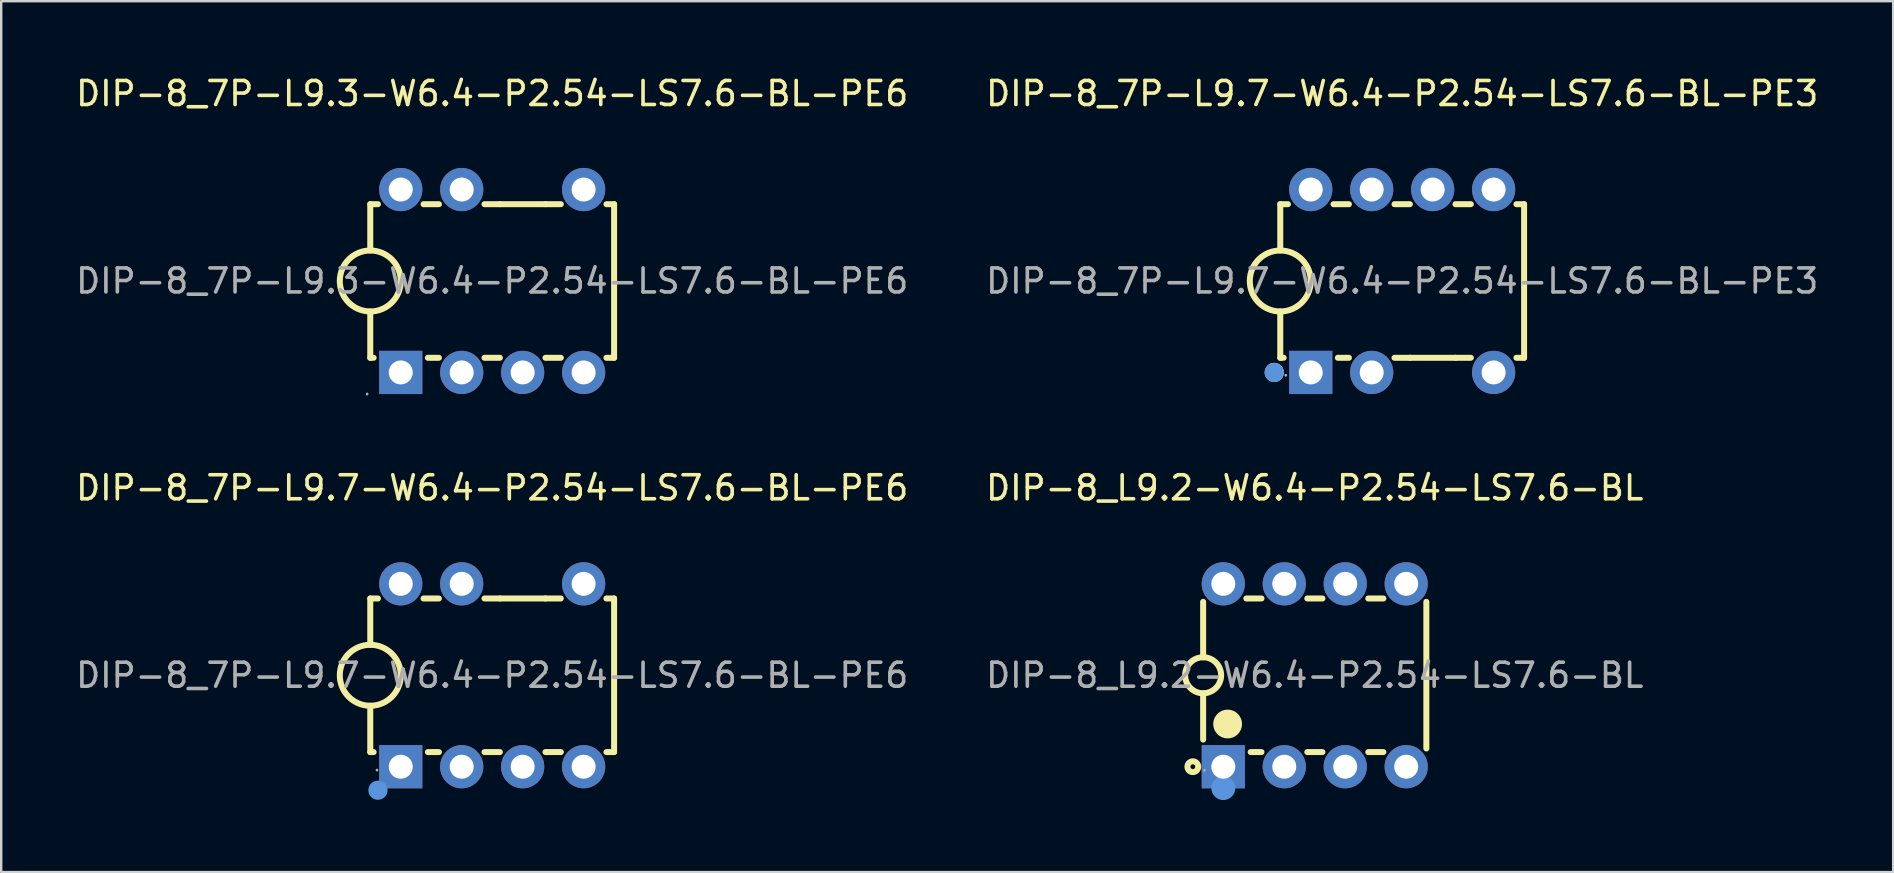
<source format=kicad_pcb>
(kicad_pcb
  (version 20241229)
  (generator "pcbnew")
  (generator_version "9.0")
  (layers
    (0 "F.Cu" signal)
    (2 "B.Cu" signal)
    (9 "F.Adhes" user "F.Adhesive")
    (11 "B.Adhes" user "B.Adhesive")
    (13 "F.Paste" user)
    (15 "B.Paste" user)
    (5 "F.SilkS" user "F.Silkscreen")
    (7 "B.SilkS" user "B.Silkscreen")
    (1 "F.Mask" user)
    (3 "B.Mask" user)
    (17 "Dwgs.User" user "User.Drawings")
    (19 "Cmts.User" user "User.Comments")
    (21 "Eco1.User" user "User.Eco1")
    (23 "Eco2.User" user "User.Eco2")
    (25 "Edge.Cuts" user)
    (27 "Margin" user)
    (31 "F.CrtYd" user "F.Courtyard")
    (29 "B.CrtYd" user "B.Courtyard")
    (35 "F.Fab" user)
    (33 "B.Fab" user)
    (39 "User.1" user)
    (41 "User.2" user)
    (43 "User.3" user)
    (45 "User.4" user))
  (footprint "DIP-8_7P-L9.7-W6.4-P2.54-LS7.6-BL-PE6"
    (layer "F.Cu")
    (at 17.458 25.087)
    (property "Reference" "DIP-8_7P-L9.7-W6.4-P2.54-LS7.6-BL-PE6" (at 0 -7.81 0) (layer "F.SilkS") (effects (font (size 1 1) (thickness 0.15))))
    (attr through_hole)
    (fp_line (start -5.08 -3.2) (end -4.76 -3.2) (stroke (width 0.25) (type solid)) (layer "F.SilkS"))
    (fp_line (start -5.08 -1.27) (end -5.08 -3.2) (stroke (width 0.25) (type solid)) (layer "F.SilkS"))
    (fp_line (start -5.08 3.2) (end -5.08 1.27) (stroke (width 0.25) (type solid)) (layer "F.SilkS"))
    (fp_line (start -5.08 3.2) (end -4.94 3.2) (stroke (width 0.25) (type solid)) (layer "F.SilkS"))
    (fp_line (start -2.86 -3.2) (end -2.22 -3.2) (stroke (width 0.25) (type solid)) (layer "F.SilkS"))
    (fp_line (start -2.68 3.2) (end -2.22 3.2) (stroke (width 0.25) (type solid)) (layer "F.SilkS"))
    (fp_line (start -0.32 -3.2) (end 0.32 -3.2) (stroke (width 0.25) (type solid)) (layer "F.SilkS"))
    (fp_line (start -0.32 3.2) (end 0.32 3.2) (stroke (width 0.25) (type solid)) (layer "F.SilkS"))
    (fp_line (start 0.32 -3.2) (end 2.22 -3.2) (stroke (width 0.25) (type solid)) (layer "F.SilkS"))
    (fp_line (start 2.22 -3.2) (end 2.86 -3.2) (stroke (width 0.25) (type solid)) (layer "F.SilkS"))
    (fp_line (start 2.22 3.2) (end 2.86 3.2) (stroke (width 0.25) (type solid)) (layer "F.SilkS"))
    (fp_line (start 4.76 -3.2) (end 5.08 -3.2) (stroke (width 0.25) (type solid)) (layer "F.SilkS"))
    (fp_line (start 4.76 3.2) (end 5.08 3.2) (stroke (width 0.25) (type solid)) (layer "F.SilkS"))
    (fp_line (start 5.08 3.2) (end 5.08 -3.2) (stroke (width 0.25) (type solid)) (layer "F.SilkS"))
    (fp_arc (start -5.102165 1.269807) (mid -5.068917 -1.269952) (end -5.08 1.27) (stroke (width 0.25) (type solid)) (layer "F.SilkS"))
    (fp_circle (center -4.76 4.79) (end -4.56 4.79) (stroke (width 0.4) (type solid)) (fill no) (layer "Cmts.User"))
    (fp_circle (center -4.8 3.95) (end -4.77 3.95) (stroke (width 0.06) (type solid)) (fill no) (layer "F.Fab"))
    (fp_text user "${REFERENCE}" (at 0 0 0) (layer "F.Fab") (effects (font (size 1 1) (thickness 0.15))))
    (pad "1" thru_hole rect (at -3.81 3.81) (size 1.8 1.8) (drill 1) (layers "*.Cu" "*.Paste" "*.Mask"))
    (pad "2" thru_hole circle (at -1.27 3.81) (size 1.8 1.8) (drill 1) (layers "*.Cu" "*.Paste" "*.Mask"))
    (pad "3" thru_hole circle (at 1.27 3.81) (size 1.8 1.8) (drill 1) (layers "*.Cu" "*.Paste" "*.Mask"))
    (pad "4" thru_hole circle (at 3.81 3.81) (size 1.8 1.8) (drill 1) (layers "*.Cu" "*.Paste" "*.Mask"))
    (pad "5" thru_hole circle (at 3.81 -3.81) (size 1.8 1.8) (drill 1) (layers "*.Cu" "*.Paste" "*.Mask"))
    (pad "7" thru_hole circle (at -1.27 -3.81) (size 1.8 1.8) (drill 1) (layers "*.Cu" "*.Paste" "*.Mask"))
    (pad "8" thru_hole circle (at -3.81 -3.81) (size 1.8 1.8) (drill 1) (layers "*.Cu" "*.Paste" "*.Mask")))
  (footprint "DIP-8_7P-L9.7-W6.4-P2.54-LS7.6-BL-PE3"
    (layer "F.Cu")
    (at 55.375 8.658)
    (property "Reference" "DIP-8_7P-L9.7-W6.4-P2.54-LS7.6-BL-PE3" (at 0 -7.81 0) (layer "F.SilkS") (effects (font (size 1 1) (thickness 0.15))))
    (attr through_hole)
    (fp_line (start -5.08 -3.2) (end -4.76 -3.2) (stroke (width 0.25) (type solid)) (layer "F.SilkS"))
    (fp_line (start -5.08 -1.27) (end -5.08 -3.2) (stroke (width 0.25) (type solid)) (layer "F.SilkS"))
    (fp_line (start -5.08 3.2) (end -5.08 1.27) (stroke (width 0.25) (type solid)) (layer "F.SilkS"))
    (fp_line (start -5.08 3.2) (end -4.94 3.2) (stroke (width 0.25) (type solid)) (layer "F.SilkS"))
    (fp_line (start -2.86 -3.2) (end -2.22 -3.2) (stroke (width 0.25) (type solid)) (layer "F.SilkS"))
    (fp_line (start -2.68 3.2) (end -2.22 3.2) (stroke (width 0.25) (type solid)) (layer "F.SilkS"))
    (fp_line (start -0.32 -3.2) (end 0.32 -3.2) (stroke (width 0.25) (type solid)) (layer "F.SilkS"))
    (fp_line (start -0.32 3.2) (end 0.32 3.2) (stroke (width 0.25) (type solid)) (layer "F.SilkS"))
    (fp_line (start 0.32 3.2) (end 2.22 3.2) (stroke (width 0.25) (type solid)) (layer "F.SilkS"))
    (fp_line (start 2.22 -3.2) (end 2.86 -3.2) (stroke (width 0.25) (type solid)) (layer "F.SilkS"))
    (fp_line (start 2.22 3.2) (end 2.86 3.2) (stroke (width 0.25) (type solid)) (layer "F.SilkS"))
    (fp_line (start 4.76 -3.2) (end 5.08 -3.2) (stroke (width 0.25) (type solid)) (layer "F.SilkS"))
    (fp_line (start 4.76 3.2) (end 5.08 3.2) (stroke (width 0.25) (type solid)) (layer "F.SilkS"))
    (fp_line (start 5.08 3.2) (end 5.08 -3.2) (stroke (width 0.25) (type solid)) (layer "F.SilkS"))
    (fp_arc (start -5.102165 1.269807) (mid -5.068917 -1.269952) (end -5.08 1.27) (stroke (width 0.25) (type solid)) (layer "F.SilkS"))
    (fp_circle (center -5.33 3.81) (end -5.13 3.81) (stroke (width 0.4) (type solid)) (fill no) (layer "F.SilkS"))
    (fp_circle (center -5.33 3.81) (end -5.13 3.81) (stroke (width 0.4) (type solid)) (fill no) (layer "Cmts.User"))
    (fp_circle (center -4.85 3.93) (end -4.82 3.93) (stroke (width 0.06) (type solid)) (fill no) (layer "F.Fab"))
    (fp_text user "${REFERENCE}" (at 0 0 0) (layer "F.Fab") (effects (font (size 1 1) (thickness 0.15))))
    (pad "1" thru_hole rect (at -3.81 3.81) (size 1.8 1.8) (drill 1) (layers "*.Cu" "*.Paste" "*.Mask"))
    (pad "2" thru_hole circle (at -1.27 3.81) (size 1.8 1.8) (drill 1) (layers "*.Cu" "*.Paste" "*.Mask"))
    (pad "4" thru_hole circle (at 3.81 3.81) (size 1.8 1.8) (drill 1) (layers "*.Cu" "*.Paste" "*.Mask"))
    (pad "5" thru_hole circle (at 3.81 -3.81) (size 1.8 1.8) (drill 1) (layers "*.Cu" "*.Paste" "*.Mask"))
    (pad "6" thru_hole circle (at 1.27 -3.81) (size 1.8 1.8) (drill 1) (layers "*.Cu" "*.Paste" "*.Mask"))
    (pad "7" thru_hole circle (at -1.27 -3.81) (size 1.8 1.8) (drill 1) (layers "*.Cu" "*.Paste" "*.Mask"))
    (pad "8" thru_hole circle (at -3.81 -3.81) (size 1.8 1.8) (drill 1) (layers "*.Cu" "*.Paste" "*.Mask")))
  (footprint "DIP-8_7P-L9.3-W6.4-P2.54-LS7.6-BL-PE6"
    (layer "F.Cu")
    (at 17.458 8.658)
    (property "Reference" "DIP-8_7P-L9.3-W6.4-P2.54-LS7.6-BL-PE6" (at 0 -7.81 0) (layer "F.SilkS") (effects (font (size 1 1) (thickness 0.15))))
    (attr through_hole)
    (fp_line (start -5.08 -3.2) (end -4.76 -3.2) (stroke (width 0.25) (type solid)) (layer "F.SilkS"))
    (fp_line (start -5.08 -1.27) (end -5.08 -3.2) (stroke (width 0.25) (type solid)) (layer "F.SilkS"))
    (fp_line (start -5.08 3.2) (end -5.08 1.27) (stroke (width 0.25) (type solid)) (layer "F.SilkS"))
    (fp_line (start -5.08 3.2) (end -4.94 3.2) (stroke (width 0.25) (type solid)) (layer "F.SilkS"))
    (fp_line (start -2.86 -3.2) (end -2.22 -3.2) (stroke (width 0.25) (type solid)) (layer "F.SilkS"))
    (fp_line (start -2.68 3.2) (end -2.22 3.2) (stroke (width 0.25) (type solid)) (layer "F.SilkS"))
    (fp_line (start -0.32 -3.2) (end 0.32 -3.2) (stroke (width 0.25) (type solid)) (layer "F.SilkS"))
    (fp_line (start -0.32 3.2) (end 0.32 3.2) (stroke (width 0.25) (type solid)) (layer "F.SilkS"))
    (fp_line (start 0.32 -3.2) (end 2.22 -3.2) (stroke (width 0.25) (type solid)) (layer "F.SilkS"))
    (fp_line (start 2.22 -3.2) (end 2.86 -3.2) (stroke (width 0.25) (type solid)) (layer "F.SilkS"))
    (fp_line (start 2.22 3.2) (end 2.86 3.2) (stroke (width 0.25) (type solid)) (layer "F.SilkS"))
    (fp_line (start 4.76 -3.2) (end 5.08 -3.2) (stroke (width 0.25) (type solid)) (layer "F.SilkS"))
    (fp_line (start 4.76 3.2) (end 5.08 3.2) (stroke (width 0.25) (type solid)) (layer "F.SilkS"))
    (fp_line (start 5.08 3.2) (end 5.08 -3.2) (stroke (width 0.25) (type solid)) (layer "F.SilkS"))
    (fp_arc (start -5.102165 1.269807) (mid -5.068917 -1.269952) (end -5.08 1.27) (stroke (width 0.25) (type solid)) (layer "F.SilkS"))
    (fp_circle (center -5.21 4.71) (end -5.18 4.71) (stroke (width 0.06) (type solid)) (fill no) (layer "F.Fab"))
    (fp_circle (center -3.81 -3.81) (end -3.61 -3.81) (stroke (width 0.4) (type solid)) (fill no) (layer "F.Fab"))
    (fp_circle (center -3.81 3.81) (end -3.61 3.81) (stroke (width 0.4) (type solid)) (fill no) (layer "F.Fab"))
    (fp_circle (center -1.27 -3.81) (end -1.07 -3.81) (stroke (width 0.4) (type solid)) (fill no) (layer "F.Fab"))
    (fp_circle (center -1.27 3.81) (end -1.07 3.81) (stroke (width 0.4) (type solid)) (fill no) (layer "F.Fab"))
    (fp_circle (center 1.27 3.81) (end 1.47 3.81) (stroke (width 0.4) (type solid)) (fill no) (layer "F.Fab"))
    (fp_circle (center 3.81 -3.81) (end 4.01 -3.81) (stroke (width 0.4) (type solid)) (fill no) (layer "F.Fab"))
    (fp_circle (center 3.81 3.81) (end 4.01 3.81) (stroke (width 0.4) (type solid)) (fill no) (layer "F.Fab"))
    (fp_text user "${REFERENCE}" (at 0 0 0) (layer "F.Fab") (effects (font (size 1 1) (thickness 0.15))))
    (pad "1" thru_hole rect (at -3.81 3.81) (size 1.8 1.8) (drill 1) (layers "*.Cu" "*.Paste" "*.Mask"))
    (pad "2" thru_hole circle (at -1.27 3.81) (size 1.8 1.8) (drill 1) (layers "*.Cu" "*.Paste" "*.Mask"))
    (pad "3" thru_hole circle (at 1.27 3.81) (size 1.8 1.8) (drill 1) (layers "*.Cu" "*.Paste" "*.Mask"))
    (pad "4" thru_hole circle (at 3.81 3.81) (size 1.8 1.8) (drill 1) (layers "*.Cu" "*.Paste" "*.Mask"))
    (pad "5" thru_hole circle (at 3.81 -3.81) (size 1.8 1.8) (drill 1) (layers "*.Cu" "*.Paste" "*.Mask"))
    (pad "6" thru_hole circle (at -1.27 -3.81) (size 1.8 1.8) (drill 1) (layers "*.Cu" "*.Paste" "*.Mask"))
    (pad "7" thru_hole circle (at -3.81 -3.81) (size 1.8 1.8) (drill 1) (layers "*.Cu" "*.Paste" "*.Mask")))
  (footprint "DIP-8_L9.2-W6.4-P2.54-LS7.6-BL"
    (layer "F.Cu")
    (at 51.732 25.087)
    (property "Reference" "DIP-8_L9.2-W6.4-P2.54-LS7.6-BL" (at 0 -7.81 0) (layer "F.SilkS") (effects (font (size 1 1) (thickness 0.15))))
    (attr through_hole)
    (fp_line (start -4.65 -0.75) (end -4.65 -3.06) (stroke (width 0.25) (type solid)) (layer "F.SilkS"))
    (fp_line (start -4.65 0.75) (end -4.65 2.68) (stroke (width 0.25) (type solid)) (layer "F.SilkS"))
    (fp_line (start -2.22 -3.2) (end -2.85 -3.2) (stroke (width 0.25) (type solid)) (layer "F.SilkS"))
    (fp_line (start -2.22 3.2) (end -2.67 3.2) (stroke (width 0.25) (type solid)) (layer "F.SilkS"))
    (fp_line (start 0.32 -3.2) (end -0.31 -3.2) (stroke (width 0.25) (type solid)) (layer "F.SilkS"))
    (fp_line (start 0.32 3.2) (end -0.31 3.2) (stroke (width 0.25) (type solid)) (layer "F.SilkS"))
    (fp_line (start 2.86 -3.2) (end 2.23 -3.2) (stroke (width 0.25) (type solid)) (layer "F.SilkS"))
    (fp_line (start 2.86 3.2) (end 2.23 3.2) (stroke (width 0.25) (type solid)) (layer "F.SilkS"))
    (fp_line (start 4.65 -3.06) (end 4.65 3.05) (stroke (width 0.25) (type solid)) (layer "F.SilkS"))
    (fp_arc (start -4.663089 0.749886) (mid -4.643455 -0.749972) (end -4.65 0.75) (stroke (width 0.25) (type solid)) (layer "F.SilkS"))
    (fp_arc (start -3.93 2.02) (mid -3.329875 2.034999) (end -3.930167 2.030004) (stroke (width 0.6) (type solid)) (layer "F.SilkS"))
    (fp_circle (center -5.08 3.81) (end -4.98 3.81) (stroke (width 0.25) (type solid)) (fill no) (layer "F.SilkS"))
    (fp_circle (center -3.81 4.7) (end -3.56 4.7) (stroke (width 0.5) (type solid)) (fill no) (layer "Cmts.User"))
    (fp_circle (center -4.6 3.96) (end -4.57 3.96) (stroke (width 0.06) (type solid)) (fill no) (layer "F.Fab"))
    (fp_text user "${REFERENCE}" (at 0 0 0) (layer "F.Fab") (effects (font (size 1 1) (thickness 0.15))))
    (pad "1" thru_hole rect (at -3.81 3.81) (size 1.8 1.8) (drill 1) (layers "*.Cu" "*.Paste" "*.Mask"))
    (pad "2" thru_hole circle (at -1.27 3.81) (size 1.8 1.8) (drill 1) (layers "*.Cu" "*.Paste" "*.Mask"))
    (pad "3" thru_hole circle (at 1.27 3.81) (size 1.8 1.8) (drill 1) (layers "*.Cu" "*.Paste" "*.Mask"))
    (pad "4" thru_hole circle (at 3.81 3.81) (size 1.8 1.8) (drill 1) (layers "*.Cu" "*.Paste" "*.Mask"))
    (pad "5" thru_hole circle (at 3.81 -3.81) (size 1.8 1.8) (drill 1) (layers "*.Cu" "*.Paste" "*.Mask"))
    (pad "6" thru_hole circle (at 1.27 -3.81) (size 1.8 1.8) (drill 1) (layers "*.Cu" "*.Paste" "*.Mask"))
    (pad "7" thru_hole circle (at -1.27 -3.81) (size 1.8 1.8) (drill 1) (layers "*.Cu" "*.Paste" "*.Mask"))
    (pad "8" thru_hole circle (at -3.81 -3.81) (size 1.8 1.8) (drill 1) (layers "*.Cu" "*.Paste" "*.Mask")))
  (gr_rect
    (start -3 -3)
    (end 75.833 33.286)
    (stroke (width 0.1) (type default))
    (fill no)
    (layer "Edge.Cuts")))
</source>
